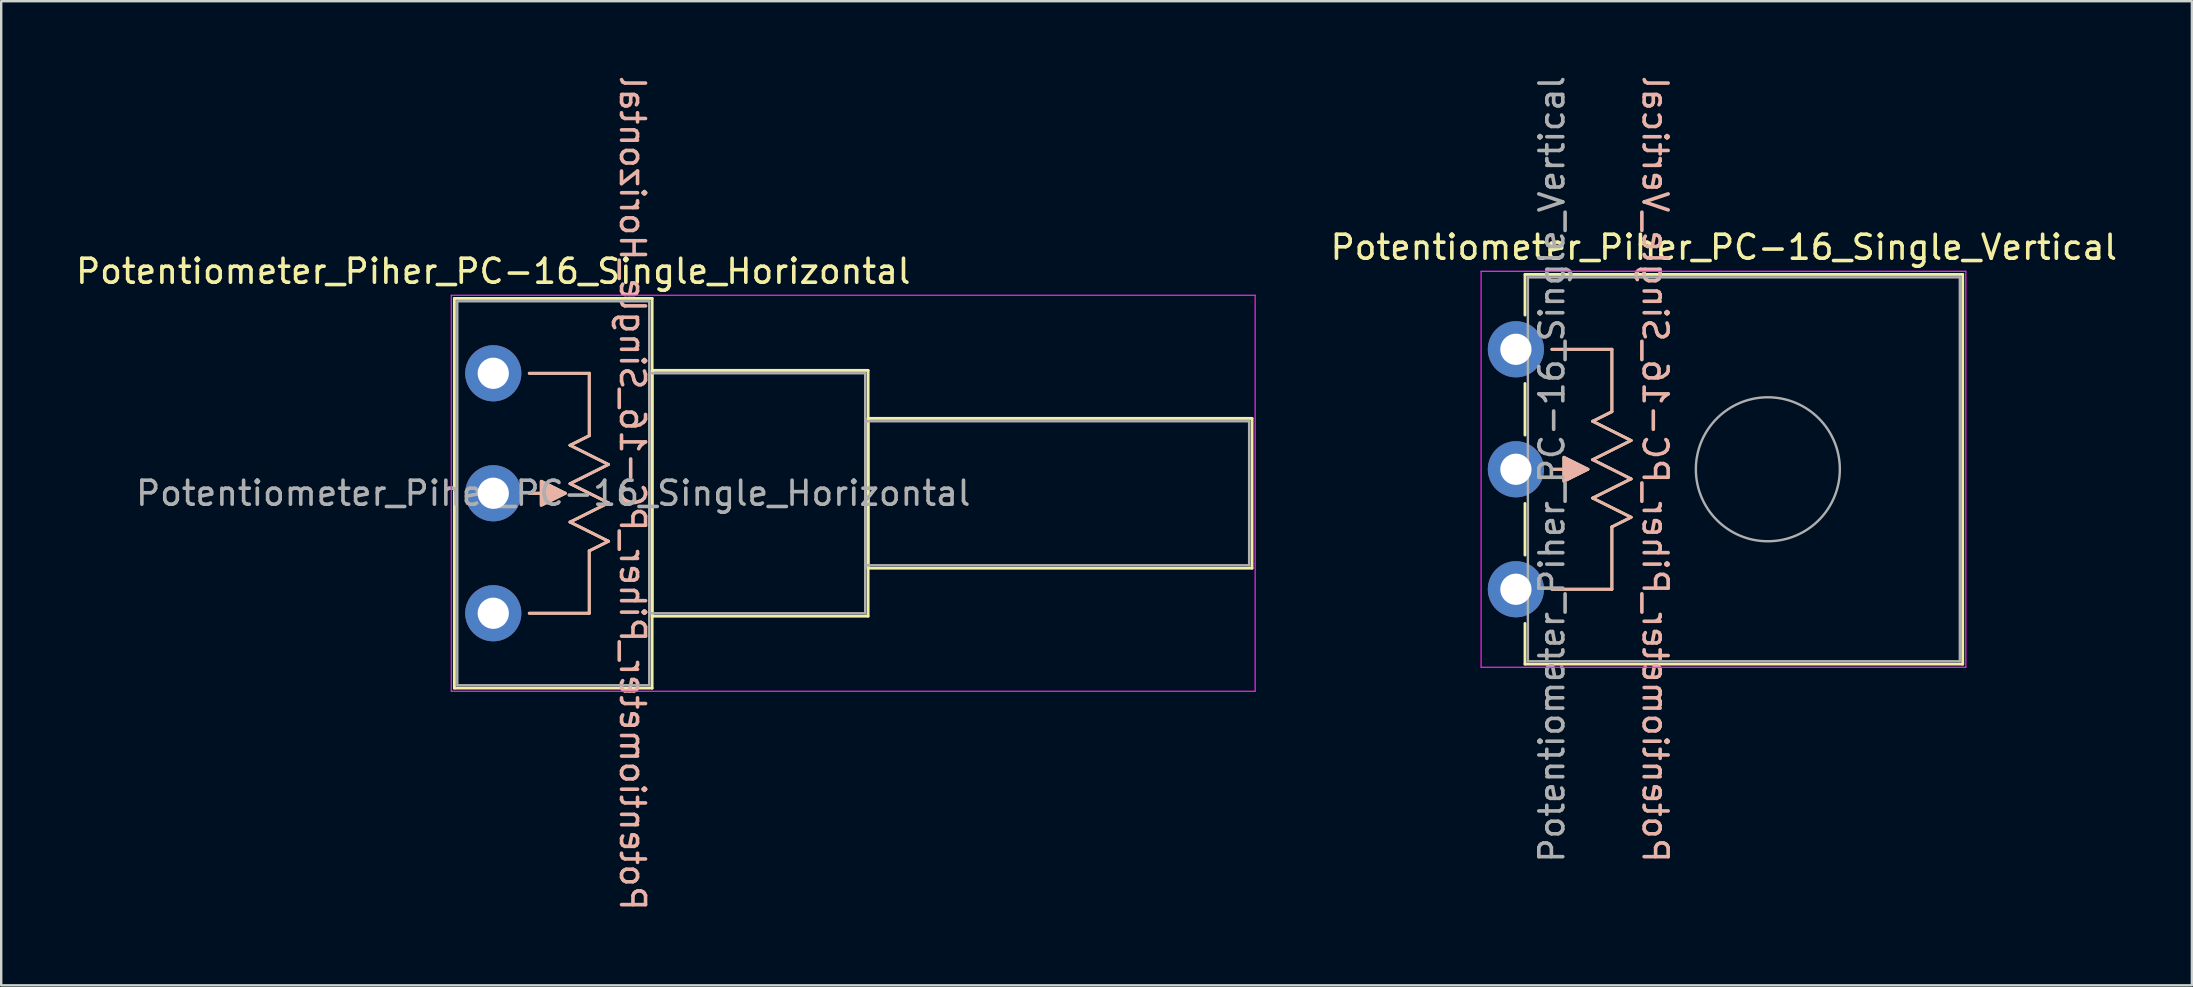
<source format=kicad_pcb>
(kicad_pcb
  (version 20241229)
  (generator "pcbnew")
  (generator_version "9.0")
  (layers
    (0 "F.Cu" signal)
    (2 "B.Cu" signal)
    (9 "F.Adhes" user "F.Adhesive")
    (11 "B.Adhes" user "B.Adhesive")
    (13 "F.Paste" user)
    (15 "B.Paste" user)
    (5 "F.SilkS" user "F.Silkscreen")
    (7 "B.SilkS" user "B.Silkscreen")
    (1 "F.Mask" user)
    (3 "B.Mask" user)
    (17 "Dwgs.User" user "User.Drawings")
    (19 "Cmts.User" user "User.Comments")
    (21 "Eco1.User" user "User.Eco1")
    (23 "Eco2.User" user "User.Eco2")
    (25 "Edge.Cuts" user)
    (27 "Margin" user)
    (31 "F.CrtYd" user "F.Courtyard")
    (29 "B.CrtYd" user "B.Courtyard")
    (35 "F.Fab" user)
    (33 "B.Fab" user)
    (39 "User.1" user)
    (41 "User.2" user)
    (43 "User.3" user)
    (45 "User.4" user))
  (footprint "Potentiometer_Piher_PC-16_Single_Vertical"
    (layer "F.Cu")
    (at 60.122 21.506)
    (property "Reference" "Potentiometer_Piher_PC-16_Single_Vertical" (at 8.665 -14.25 0) (layer "F.SilkS") (effects (font (size 1 1) (thickness 0.15))))
    (attr through_hole)
    (fp_line (start 0.38 -13.12) (end 0.38 -11.426) (stroke (width 0.12) (type solid)) (layer "F.SilkS"))
    (fp_line (start 0.38 -13.12) (end 18.62 -13.12) (stroke (width 0.12) (type solid)) (layer "F.SilkS"))
    (fp_line (start 0.38 -8.574) (end 0.38 -6.425) (stroke (width 0.12) (type solid)) (layer "F.SilkS"))
    (fp_line (start 0.38 -3.575) (end 0.38 -1.425) (stroke (width 0.12) (type solid)) (layer "F.SilkS"))
    (fp_line (start 0.38 1.425) (end 0.38 3.12) (stroke (width 0.12) (type solid)) (layer "F.SilkS"))
    (fp_line (start 0.38 3.12) (end 18.62 3.12) (stroke (width 0.12) (type solid)) (layer "F.SilkS"))
    (fp_line (start 1.5 0) (end 4 0) (stroke (width 0.12) (type solid)) (layer "F.SilkS"))
    (fp_line (start 3 -5) (end 1.5 -5) (stroke (width 0.12) (type solid)) (layer "F.SilkS"))
    (fp_line (start 3.2 -7) (end 4.8 -6.2) (stroke (width 0.12) (type solid)) (layer "F.SilkS"))
    (fp_line (start 3.2 -5.4) (end 4.8 -4.6) (stroke (width 0.12) (type solid)) (layer "F.SilkS"))
    (fp_line (start 3.2 -3.8) (end 4.8 -3) (stroke (width 0.12) (type solid)) (layer "F.SilkS"))
    (fp_line (start 4 -10) (end 1.5 -10) (stroke (width 0.12) (type solid)) (layer "F.SilkS"))
    (fp_line (start 4 -7.4) (end 3.2 -7) (stroke (width 0.12) (type solid)) (layer "F.SilkS"))
    (fp_line (start 4 -7.4) (end 4 -10) (stroke (width 0.12) (type solid)) (layer "F.SilkS"))
    (fp_line (start 4 0) (end 4 -2.6) (stroke (width 0.12) (type solid)) (layer "F.SilkS"))
    (fp_line (start 4.8 -6.2) (end 3.2 -5.4) (stroke (width 0.12) (type solid)) (layer "F.SilkS"))
    (fp_line (start 4.8 -4.6) (end 3.2 -3.8) (stroke (width 0.12) (type solid)) (layer "F.SilkS"))
    (fp_line (start 4.8 -3) (end 4 -2.6) (stroke (width 0.12) (type solid)) (layer "F.SilkS"))
    (fp_line (start 18.62 -13.12) (end 18.62 3.12) (stroke (width 0.12) (type solid)) (layer "F.SilkS"))
    (fp_poly (pts (xy 2 -5.5) (xy 3 -5) (xy 2 -4.5)) (stroke (width 0.12) (type solid)) (fill yes) (layer "F.SilkS"))
    (fp_line (start 1.5 -10) (end 4 -10) (stroke (width 0.12) (type solid)) (layer "B.SilkS"))
    (fp_line (start 1.5 -5) (end 3 -5) (stroke (width 0.12) (type solid)) (layer "B.SilkS"))
    (fp_line (start 3.2 -7) (end 4.8 -6.2) (stroke (width 0.12) (type solid)) (layer "B.SilkS"))
    (fp_line (start 3.2 -5.4) (end 4.8 -4.6) (stroke (width 0.12) (type solid)) (layer "B.SilkS"))
    (fp_line (start 3.2 -3.8) (end 4.8 -3) (stroke (width 0.12) (type solid)) (layer "B.SilkS"))
    (fp_line (start 4 -10) (end 4 -7.4) (stroke (width 0.12) (type solid)) (layer "B.SilkS"))
    (fp_line (start 4 -7.4) (end 3.2 -7) (stroke (width 0.12) (type solid)) (layer "B.SilkS"))
    (fp_line (start 4 -2.6) (end 4 0) (stroke (width 0.12) (type solid)) (layer "B.SilkS"))
    (fp_line (start 4 0) (end 1.5 0) (stroke (width 0.12) (type solid)) (layer "B.SilkS"))
    (fp_line (start 4.8 -6.2) (end 3.2 -5.4) (stroke (width 0.12) (type solid)) (layer "B.SilkS"))
    (fp_line (start 4.8 -4.6) (end 3.2 -3.8) (stroke (width 0.12) (type solid)) (layer "B.SilkS"))
    (fp_line (start 4.8 -3) (end 4 -2.6) (stroke (width 0.12) (type solid)) (layer "B.SilkS"))
    (fp_poly (pts (xy 3 -5) (xy 2 -4.5) (xy 2 -5.5)) (stroke (width 0.12) (type solid)) (fill yes) (layer "B.SilkS"))
    (fp_line (start -1.45 -13.25) (end -1.45 3.25) (stroke (width 0.05) (type solid)) (layer "F.CrtYd"))
    (fp_line (start -1.45 3.25) (end 18.75 3.25) (stroke (width 0.05) (type solid)) (layer "F.CrtYd"))
    (fp_line (start 18.75 -13.25) (end -1.45 -13.25) (stroke (width 0.05) (type solid)) (layer "F.CrtYd"))
    (fp_line (start 18.75 3.25) (end 18.75 -13.25) (stroke (width 0.05) (type solid)) (layer "F.CrtYd"))
    (fp_line (start 0.5 -13) (end 0.5 3) (stroke (width 0.1) (type solid)) (layer "F.Fab"))
    (fp_line (start 0.5 3) (end 18.5 3) (stroke (width 0.1) (type solid)) (layer "F.Fab"))
    (fp_line (start 18.5 -13) (end 0.5 -13) (stroke (width 0.1) (type solid)) (layer "F.Fab"))
    (fp_line (start 18.5 3) (end 18.5 -13) (stroke (width 0.1) (type solid)) (layer "F.Fab"))
    (fp_circle (center 10.5 -5) (end 13.5 -5) (stroke (width 0.1) (type solid)) (fill no) (layer "F.Fab"))
    (fp_text user "${REFERENCE}" (at 5.8 -5 270) (unlocked yes) (layer "B.SilkS") (effects (font (size 1 1) (thickness 0.15)) (justify mirror)))
    (fp_text user "${REFERENCE}" (at 1.5 -5 90) (layer "F.Fab") (effects (font (size 1 1) (thickness 0.15))))
    (pad "1" thru_hole circle (at 0 0) (size 2.34 2.34) (drill 1.3) (layers "*.Cu" "*.Mask"))
    (pad "2" thru_hole circle (at 0 -5) (size 2.34 2.34) (drill 1.3) (layers "*.Cu" "*.Mask"))
    (pad "3" thru_hole circle (at 0 -10) (size 2.34 2.34) (drill 1.3) (layers "*.Cu" "*.Mask")))
  (footprint "Potentiometer_Piher_PC-16_Single_Horizontal"
    (layer "F.Cu")
    (at 17.506 22.506)
    (property "Reference" "Potentiometer_Piher_PC-16_Single_Horizontal" (at 0 -14.25 0) (layer "F.SilkS") (effects (font (size 1 1) (thickness 0.15))))
    (attr through_hole)
    (fp_line (start -1.62 -13.12) (end -1.62 3.12) (stroke (width 0.12) (type solid)) (layer "F.SilkS"))
    (fp_line (start -1.62 -13.12) (end 6.62 -13.12) (stroke (width 0.12) (type solid)) (layer "F.SilkS"))
    (fp_line (start -1.62 3.12) (end 6.62 3.12) (stroke (width 0.12) (type solid)) (layer "F.SilkS"))
    (fp_line (start 1.5 0) (end 4 0) (stroke (width 0.12) (type solid)) (layer "F.SilkS"))
    (fp_line (start 3 -5) (end 1.5 -5) (stroke (width 0.12) (type solid)) (layer "F.SilkS"))
    (fp_line (start 3.2 -7) (end 4.8 -6.2) (stroke (width 0.12) (type solid)) (layer "F.SilkS"))
    (fp_line (start 3.2 -5.4) (end 4.8 -4.6) (stroke (width 0.12) (type solid)) (layer "F.SilkS"))
    (fp_line (start 3.2 -3.8) (end 4.8 -3) (stroke (width 0.12) (type solid)) (layer "F.SilkS"))
    (fp_line (start 4 -10) (end 1.5 -10) (stroke (width 0.12) (type solid)) (layer "F.SilkS"))
    (fp_line (start 4 -7.4) (end 3.2 -7) (stroke (width 0.12) (type solid)) (layer "F.SilkS"))
    (fp_line (start 4 -7.4) (end 4 -10) (stroke (width 0.12) (type solid)) (layer "F.SilkS"))
    (fp_line (start 4 0) (end 4 -2.6) (stroke (width 0.12) (type solid)) (layer "F.SilkS"))
    (fp_line (start 4.8 -6.2) (end 3.2 -5.4) (stroke (width 0.12) (type solid)) (layer "F.SilkS"))
    (fp_line (start 4.8 -4.6) (end 3.2 -3.8) (stroke (width 0.12) (type solid)) (layer "F.SilkS"))
    (fp_line (start 4.8 -3) (end 4 -2.6) (stroke (width 0.12) (type solid)) (layer "F.SilkS"))
    (fp_line (start 6.62 -13.12) (end 6.62 3.12) (stroke (width 0.12) (type solid)) (layer "F.SilkS"))
    (fp_line (start 6.62 -10.12) (end 6.62 0.12) (stroke (width 0.12) (type solid)) (layer "F.SilkS"))
    (fp_line (start 6.62 -10.12) (end 15.62 -10.12) (stroke (width 0.12) (type solid)) (layer "F.SilkS"))
    (fp_line (start 6.62 0.12) (end 15.62 0.12) (stroke (width 0.12) (type solid)) (layer "F.SilkS"))
    (fp_line (start 15.62 -10.12) (end 15.62 0.12) (stroke (width 0.12) (type solid)) (layer "F.SilkS"))
    (fp_line (start 15.62 -8.12) (end 15.62 -1.879) (stroke (width 0.12) (type solid)) (layer "F.SilkS"))
    (fp_line (start 15.62 -8.12) (end 31.62 -8.12) (stroke (width 0.12) (type solid)) (layer "F.SilkS"))
    (fp_line (start 15.62 -1.879) (end 31.62 -1.879) (stroke (width 0.12) (type solid)) (layer "F.SilkS"))
    (fp_line (start 31.62 -8.12) (end 31.62 -1.879) (stroke (width 0.12) (type solid)) (layer "F.SilkS"))
    (fp_poly (pts (xy 2 -5.5) (xy 3 -5) (xy 2 -4.5)) (stroke (width 0.12) (type solid)) (fill yes) (layer "F.SilkS"))
    (fp_line (start 1.5 -10) (end 4 -10) (stroke (width 0.12) (type solid)) (layer "B.SilkS"))
    (fp_line (start 1.5 -5) (end 3 -5) (stroke (width 0.12) (type solid)) (layer "B.SilkS"))
    (fp_line (start 3.2 -7) (end 4.8 -6.2) (stroke (width 0.12) (type solid)) (layer "B.SilkS"))
    (fp_line (start 3.2 -5.4) (end 4.8 -4.6) (stroke (width 0.12) (type solid)) (layer "B.SilkS"))
    (fp_line (start 3.2 -3.8) (end 4.8 -3) (stroke (width 0.12) (type solid)) (layer "B.SilkS"))
    (fp_line (start 4 -10) (end 4 -7.4) (stroke (width 0.12) (type solid)) (layer "B.SilkS"))
    (fp_line (start 4 -7.4) (end 3.2 -7) (stroke (width 0.12) (type solid)) (layer "B.SilkS"))
    (fp_line (start 4 -2.6) (end 4 0) (stroke (width 0.12) (type solid)) (layer "B.SilkS"))
    (fp_line (start 4 0) (end 1.5 0) (stroke (width 0.12) (type solid)) (layer "B.SilkS"))
    (fp_line (start 4.8 -6.2) (end 3.2 -5.4) (stroke (width 0.12) (type solid)) (layer "B.SilkS"))
    (fp_line (start 4.8 -4.6) (end 3.2 -3.8) (stroke (width 0.12) (type solid)) (layer "B.SilkS"))
    (fp_line (start 4.8 -3) (end 4 -2.6) (stroke (width 0.12) (type solid)) (layer "B.SilkS"))
    (fp_poly (pts (xy 3 -5) (xy 2 -4.5) (xy 2 -5.5)) (stroke (width 0.12) (type solid)) (fill yes) (layer "B.SilkS"))
    (fp_line (start -1.75 -13.25) (end -1.75 3.25) (stroke (width 0.05) (type solid)) (layer "F.CrtYd"))
    (fp_line (start -1.75 3.25) (end 31.75 3.25) (stroke (width 0.05) (type solid)) (layer "F.CrtYd"))
    (fp_line (start 31.75 -13.25) (end -1.75 -13.25) (stroke (width 0.05) (type solid)) (layer "F.CrtYd"))
    (fp_line (start 31.75 3.25) (end 31.75 -13.25) (stroke (width 0.05) (type solid)) (layer "F.CrtYd"))
    (fp_line (start -1.5 -13) (end -1.5 3) (stroke (width 0.1) (type solid)) (layer "F.Fab"))
    (fp_line (start -1.5 3) (end 6.5 3) (stroke (width 0.1) (type solid)) (layer "F.Fab"))
    (fp_line (start 6.5 -13) (end -1.5 -13) (stroke (width 0.1) (type solid)) (layer "F.Fab"))
    (fp_line (start 6.5 -10) (end 6.5 0) (stroke (width 0.1) (type solid)) (layer "F.Fab"))
    (fp_line (start 6.5 0) (end 15.5 0) (stroke (width 0.1) (type solid)) (layer "F.Fab"))
    (fp_line (start 6.5 3) (end 6.5 -13) (stroke (width 0.1) (type solid)) (layer "F.Fab"))
    (fp_line (start 15.5 -10) (end 6.5 -10) (stroke (width 0.1) (type solid)) (layer "F.Fab"))
    (fp_line (start 15.5 -8) (end 15.5 -2) (stroke (width 0.1) (type solid)) (layer "F.Fab"))
    (fp_line (start 15.5 -2) (end 31.5 -2) (stroke (width 0.1) (type solid)) (layer "F.Fab"))
    (fp_line (start 15.5 0) (end 15.5 -10) (stroke (width 0.1) (type solid)) (layer "F.Fab"))
    (fp_line (start 31.5 -8) (end 15.5 -8) (stroke (width 0.1) (type solid)) (layer "F.Fab"))
    (fp_line (start 31.5 -2) (end 31.5 -8) (stroke (width 0.1) (type solid)) (layer "F.Fab"))
    (fp_text user "${REFERENCE}" (at 5.8 -5 270) (unlocked yes) (layer "B.SilkS") (effects (font (size 1 1) (thickness 0.15)) (justify mirror)))
    (fp_text user "${REFERENCE}" (at 2.5 -5 0) (layer "F.Fab") (effects (font (size 1 1) (thickness 0.15))))
    (pad "1" thru_hole circle (at 0 0) (size 2.34 2.34) (drill 1.3) (layers "*.Cu" "*.Mask"))
    (pad "2" thru_hole circle (at 0 -5) (size 2.34 2.34) (drill 1.3) (layers "*.Cu" "*.Mask"))
    (pad "3" thru_hole circle (at 0 -10) (size 2.34 2.34) (drill 1.3) (layers "*.Cu" "*.Mask")))
  (gr_rect
    (start -3 -3)
    (end 88.293 38.012)
    (stroke (width 0.1) (type default))
    (fill no)
    (layer "Edge.Cuts")))
</source>
